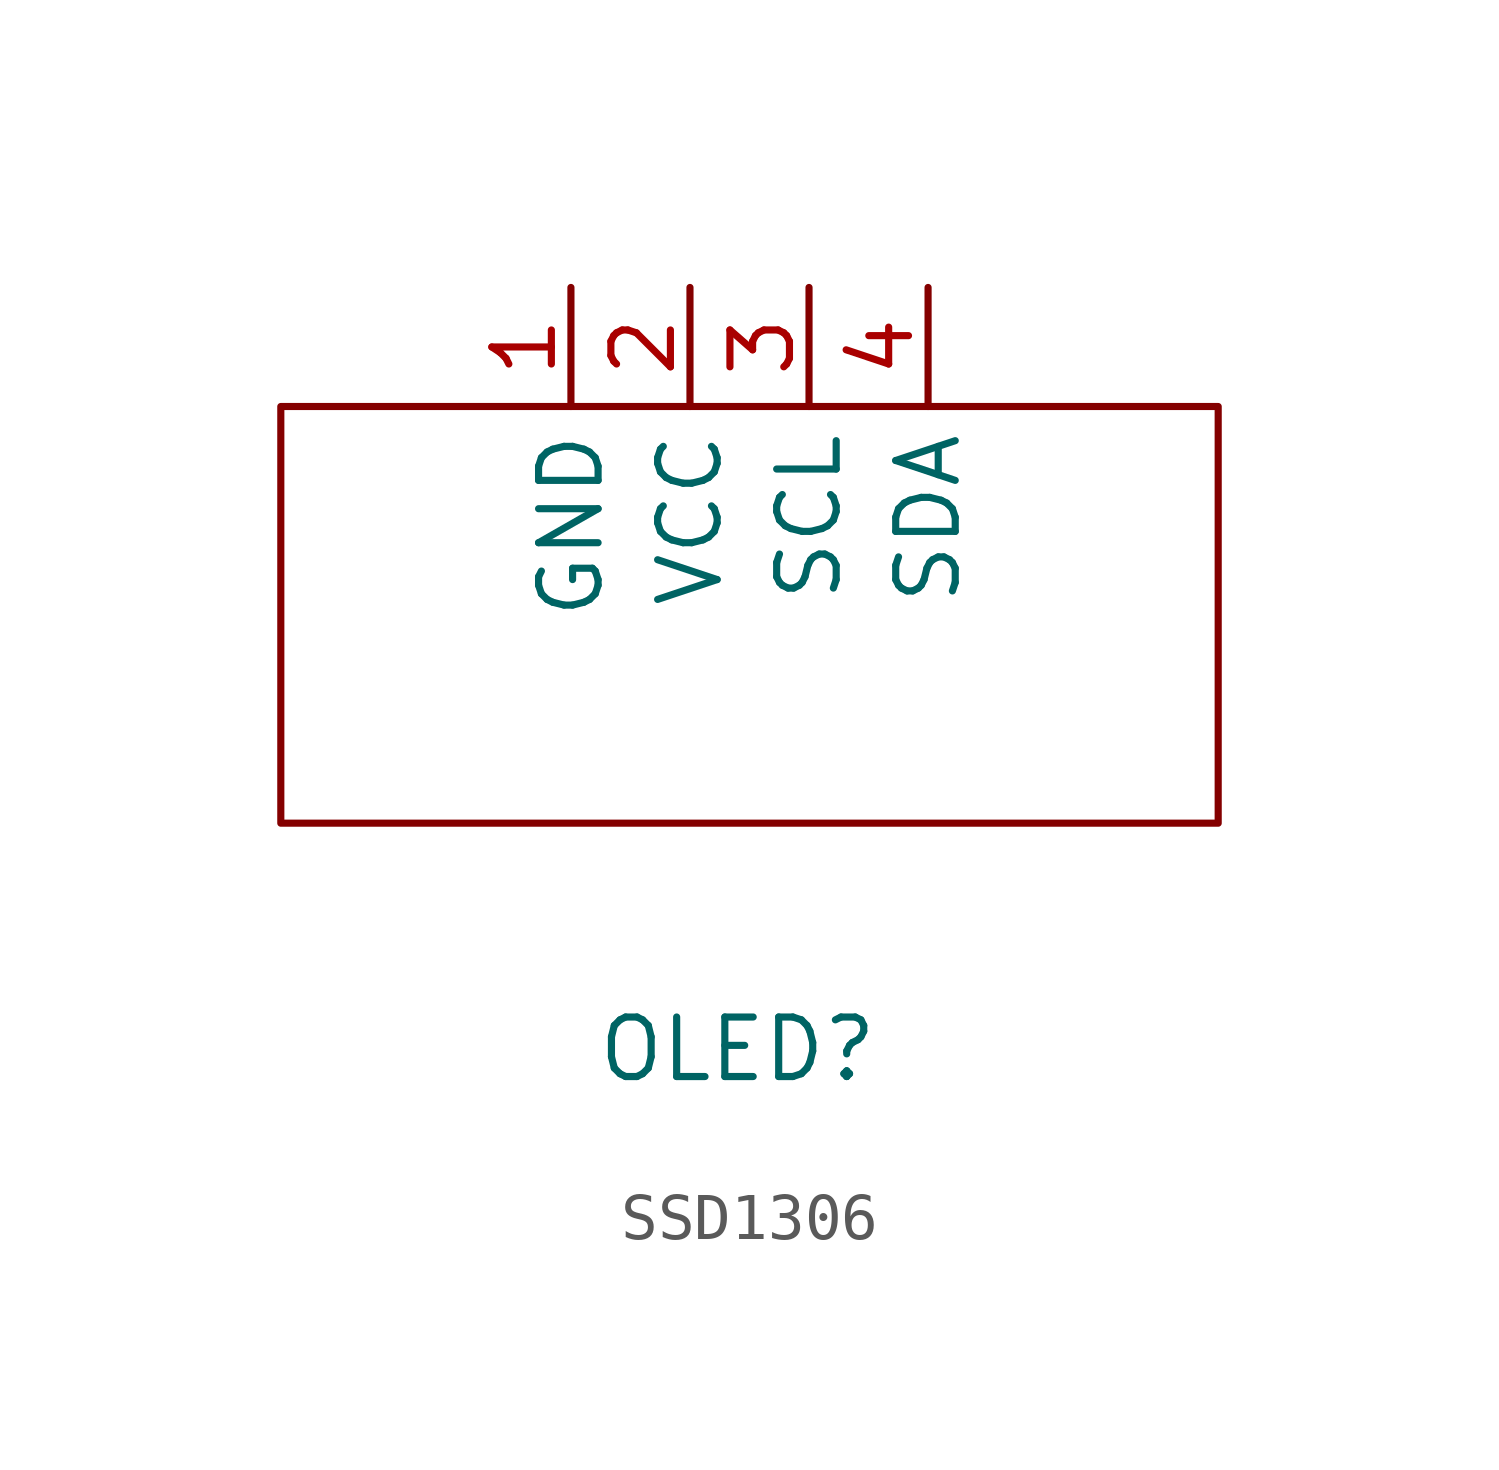
<source format=kicad_sym>
(kicad_symbol_lib
  (version 20231120)
  (generator "kicad_symbol_editor")
  (generator_version "8.0")
  (symbol "SSD1306"
    (property "Reference" "OLED"
      (at -0.254 -9.906 0)
      (effects (font (size 1.27 1.27))))
    (property "Value" ""
      (at 1.27 0 0)
      (effects (font (size 1.27 1.27))))
    (symbol "SSD1306_0_1"
      (rectangle (start -10 3.81) (end 10 -5.08) (stroke (width 0) (type default)) (fill (type none))))
    (symbol "SSD1306_1_1"
      (pin input line (at -3.81 6.35 270) (length 2.54) (name "GND" (effects (font (size 1.27 1.27)))) (number "1" (effects (font (size 1.27 1.27)))))
      (pin input line (at -1.27 6.35 270) (length 2.54) (name "VCC" (effects (font (size 1.27 1.27)))) (number "2" (effects (font (size 1.27 1.27)))))
      (pin input line (at 1.27 6.35 270) (length 2.54) (name "SCL" (effects (font (size 1.27 1.27)))) (number "3" (effects (font (size 1.27 1.27)))))
      (pin input line (at 3.81 6.35 270) (length 2.54) (name "SDA" (effects (font (size 1.27 1.27)))) (number "4" (effects (font (size 1.27 1.27))))))))
</source>
